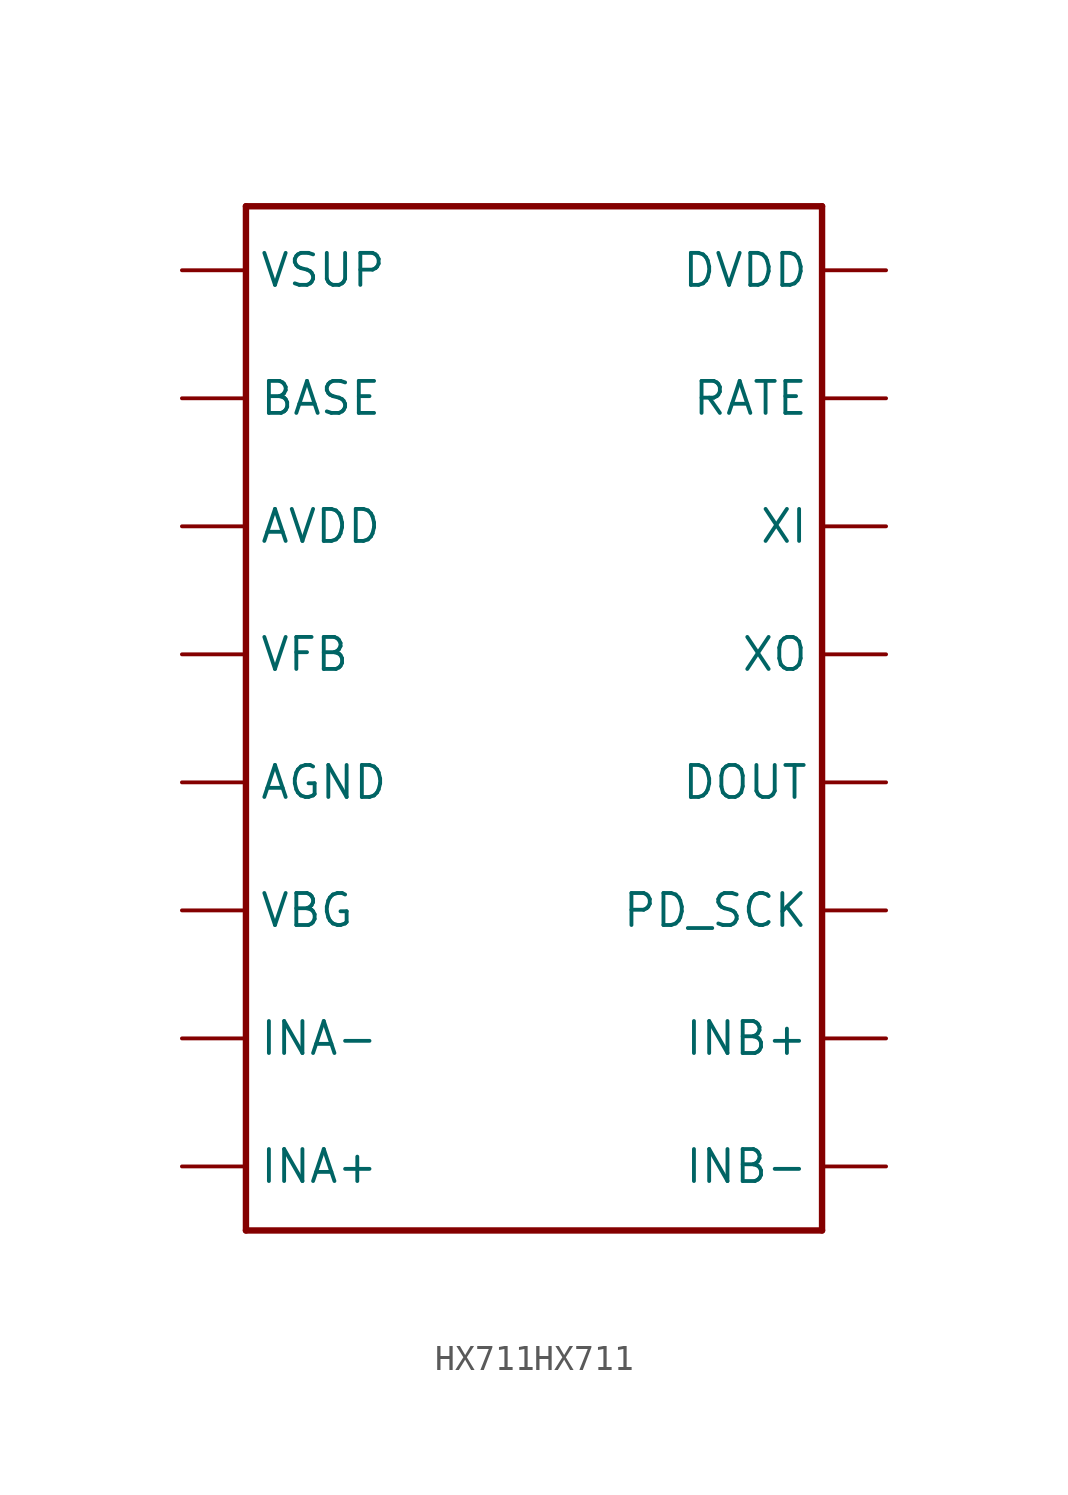
<source format=kicad_sym>
(kicad_symbol_lib
  (version 20220914)
  (generator kicad_symbol_editor)
  (symbol "HX711HX711"
    (property "Reference" "U"
      (at -12.7 21.082 0)
      (effects (font (size 1.778 1.511)) (justify left bottom) hide))
    (property "ki_locked" ""
      (at 0 0 0)
      (effects (font (size 1.27 1.27))))
    (symbol "HX711HX711_1_0"
      (polyline (pts (xy -12.7 -20.32) (xy -12.7 20.32)) (stroke (width 0.254) (type solid)) (fill (type none)))
      (polyline (pts (xy -12.7 20.32) (xy 10.16 20.32)) (stroke (width 0.254) (type solid)) (fill (type none)))
      (polyline (pts (xy 10.16 -20.32) (xy -12.7 -20.32)) (stroke (width 0.254) (type solid)) (fill (type none)))
      (polyline (pts (xy 10.16 20.32) (xy 10.16 -20.32)) (stroke (width 0.254) (type solid)) (fill (type none)))
      (pin bidirectional line (at -15.24 17.78 0) (length 2.54) (name "VSUP" (effects (font (size 1.27 1.27)))) (number "1" (effects (font (size 0 0)))))
      (pin bidirectional line (at 12.7 -12.7 180) (length 2.54) (name "INB+" (effects (font (size 1.27 1.27)))) (number "10" (effects (font (size 0 0)))))
      (pin bidirectional line (at 12.7 -7.62 180) (length 2.54) (name "PD_SCK" (effects (font (size 1.27 1.27)))) (number "11" (effects (font (size 0 0)))))
      (pin bidirectional line (at 12.7 -2.54 180) (length 2.54) (name "DOUT" (effects (font (size 1.27 1.27)))) (number "12" (effects (font (size 0 0)))))
      (pin bidirectional line (at 12.7 2.54 180) (length 2.54) (name "XO" (effects (font (size 1.27 1.27)))) (number "13" (effects (font (size 0 0)))))
      (pin bidirectional line (at 12.7 7.62 180) (length 2.54) (name "XI" (effects (font (size 1.27 1.27)))) (number "14" (effects (font (size 0 0)))))
      (pin bidirectional line (at 12.7 12.7 180) (length 2.54) (name "RATE" (effects (font (size 1.27 1.27)))) (number "15" (effects (font (size 0 0)))))
      (pin bidirectional line (at 12.7 17.78 180) (length 2.54) (name "DVDD" (effects (font (size 1.27 1.27)))) (number "16" (effects (font (size 0 0)))))
      (pin bidirectional line (at -15.24 12.7 0) (length 2.54) (name "BASE" (effects (font (size 1.27 1.27)))) (number "2" (effects (font (size 0 0)))))
      (pin bidirectional line (at -15.24 7.62 0) (length 2.54) (name "AVDD" (effects (font (size 1.27 1.27)))) (number "3" (effects (font (size 0 0)))))
      (pin bidirectional line (at -15.24 2.54 0) (length 2.54) (name "VFB" (effects (font (size 1.27 1.27)))) (number "4" (effects (font (size 0 0)))))
      (pin bidirectional line (at -15.24 -2.54 0) (length 2.54) (name "AGND" (effects (font (size 1.27 1.27)))) (number "5" (effects (font (size 0 0)))))
      (pin bidirectional line (at -15.24 -7.62 0) (length 2.54) (name "VBG" (effects (font (size 1.27 1.27)))) (number "6" (effects (font (size 0 0)))))
      (pin bidirectional line (at -15.24 -12.7 0) (length 2.54) (name "INA-" (effects (font (size 1.27 1.27)))) (number "7" (effects (font (size 0 0)))))
      (pin bidirectional line (at -15.24 -17.78 0) (length 2.54) (name "INA+" (effects (font (size 1.27 1.27)))) (number "8" (effects (font (size 0 0)))))
      (pin bidirectional line (at 12.7 -17.78 180) (length 2.54) (name "INB-" (effects (font (size 1.27 1.27)))) (number "9" (effects (font (size 0 0))))))))
</source>
